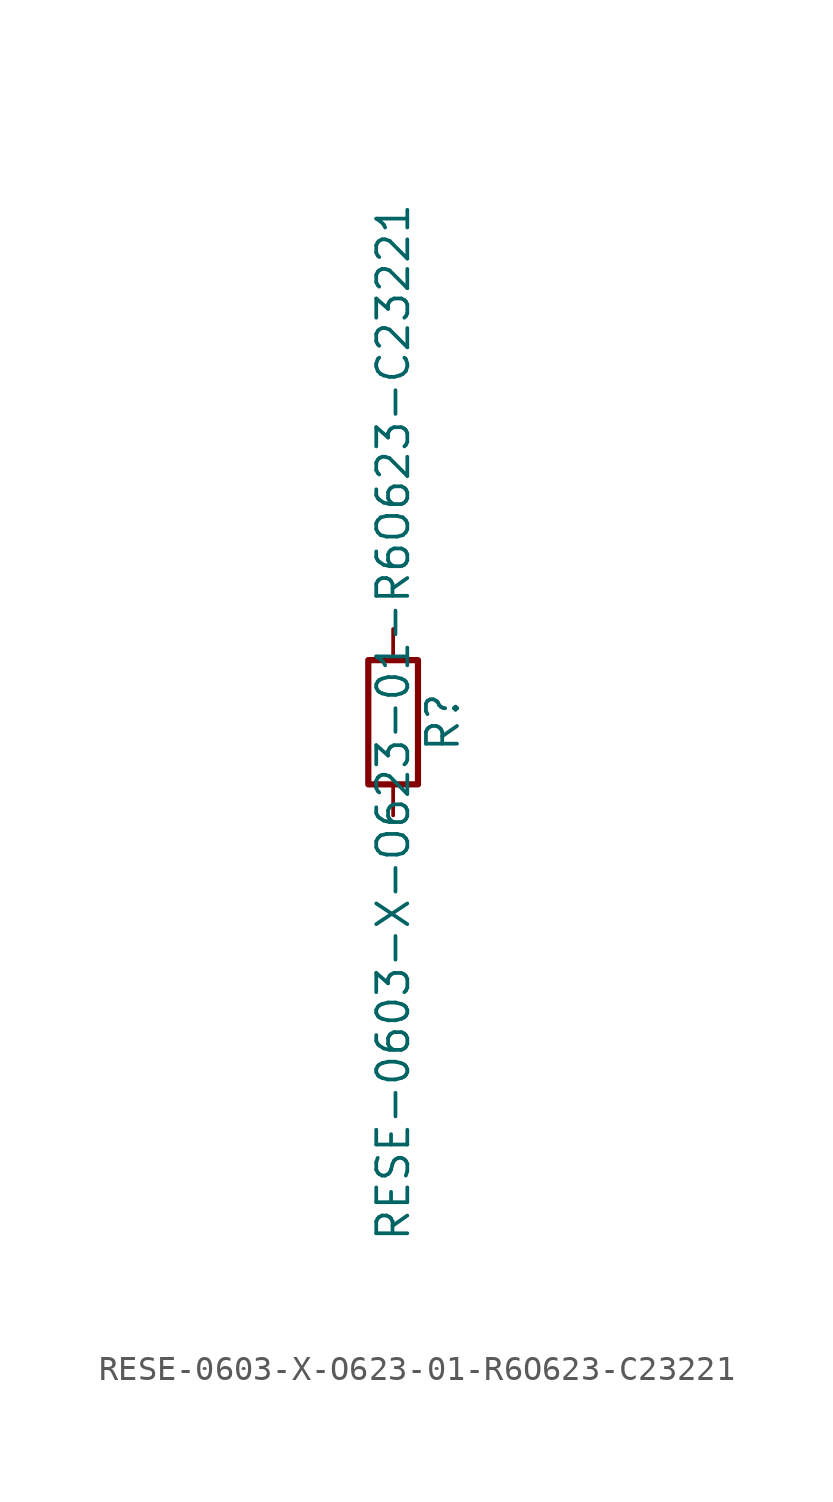
<source format=kicad_sym>
(kicad_symbol_lib
  (version 20211014)
  (generator kicad_symbol_editor)
  (symbol "RESE-0603-X-O623-01-R6O623-C23221"
    (pin_numbers hide)
    (pin_names
      (offset 0))
    (property "Reference" "R"
      (at 2.032 0 90)
      (effects (font (size 1.27 1.27))))
    (property "Value" "RESE-0603-X-O623-01-R6O623-C23221"
      (at 0 0 90)
      (effects (font (size 1.27 1.27))))
    (symbol "RESE-0603-X-O623-01-R6O623-C23221_0_1"
      (rectangle (start -1.016 -2.54) (end 1.016 2.54) (stroke (width 0.254) (type default) (color 0 0 0 0)) (fill (type none))))
    (symbol "RESE-0603-X-O623-01-R6O623-C23221_1_1"
      (pin passive line (at 0 3.81 270) (length 1.27) (name "~" (effects (font (size 1.27 1.27)))) (number "1" (effects (font (size 1.27 1.27)))))
      (pin passive line (at 0 -3.81 90) (length 1.27) (name "~" (effects (font (size 1.27 1.27)))) (number "2" (effects (font (size 1.27 1.27))))))))
</source>
